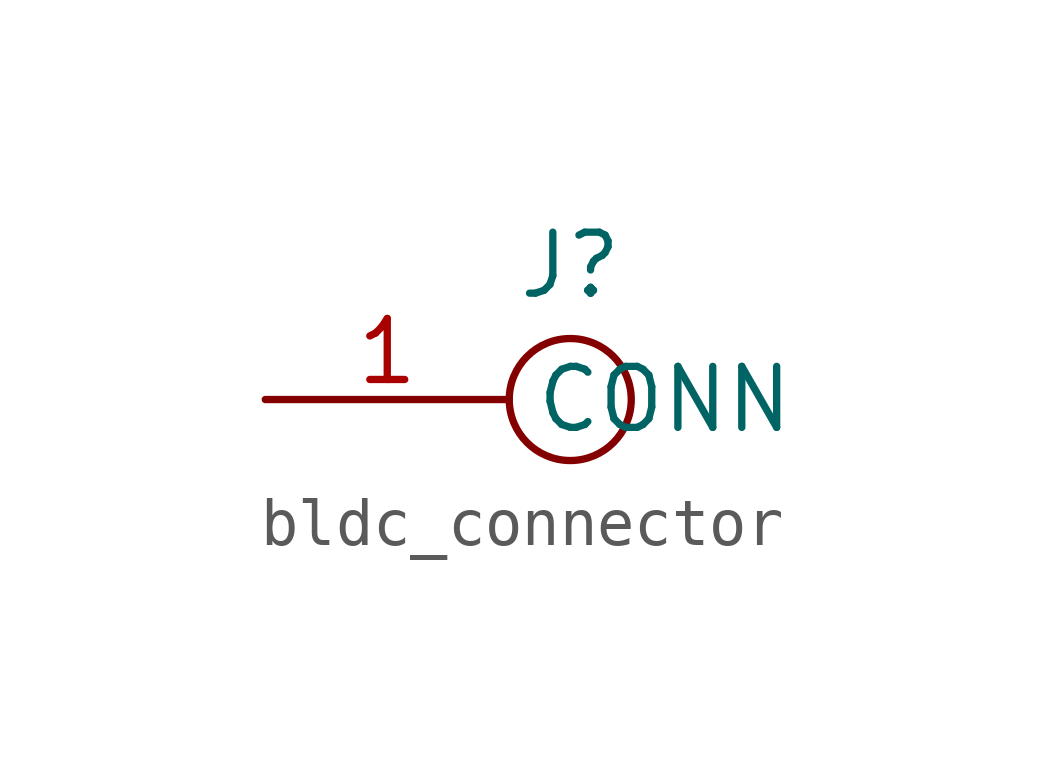
<source format=kicad_sym>
(kicad_symbol_lib
  (version 20241209)
  (generator "kicad_symbol_editor")
  (generator_version "9.0")
  (symbol "bldc_connector"
    (property "Reference" "J"
      (at 0 2.794 0)
      (effects (font (size 1.27 1.27))))
    (property "Value" ""
      (at 0 0 0)
      (effects (font (size 1.27 1.27))))
    (symbol "bldc_connector_0_1"
      (circle (center 0 0) (radius 1.27) (stroke (width 0) (type default)) (fill (type none))))
    (symbol "bldc_connector_1_1"
      (pin passive line (at -6.35 0 0) (length 5.08) (name "CONN" (effects (font (size 1.27 1.27)))) (number "1" (effects (font (size 1.27 1.27))))))))
</source>
